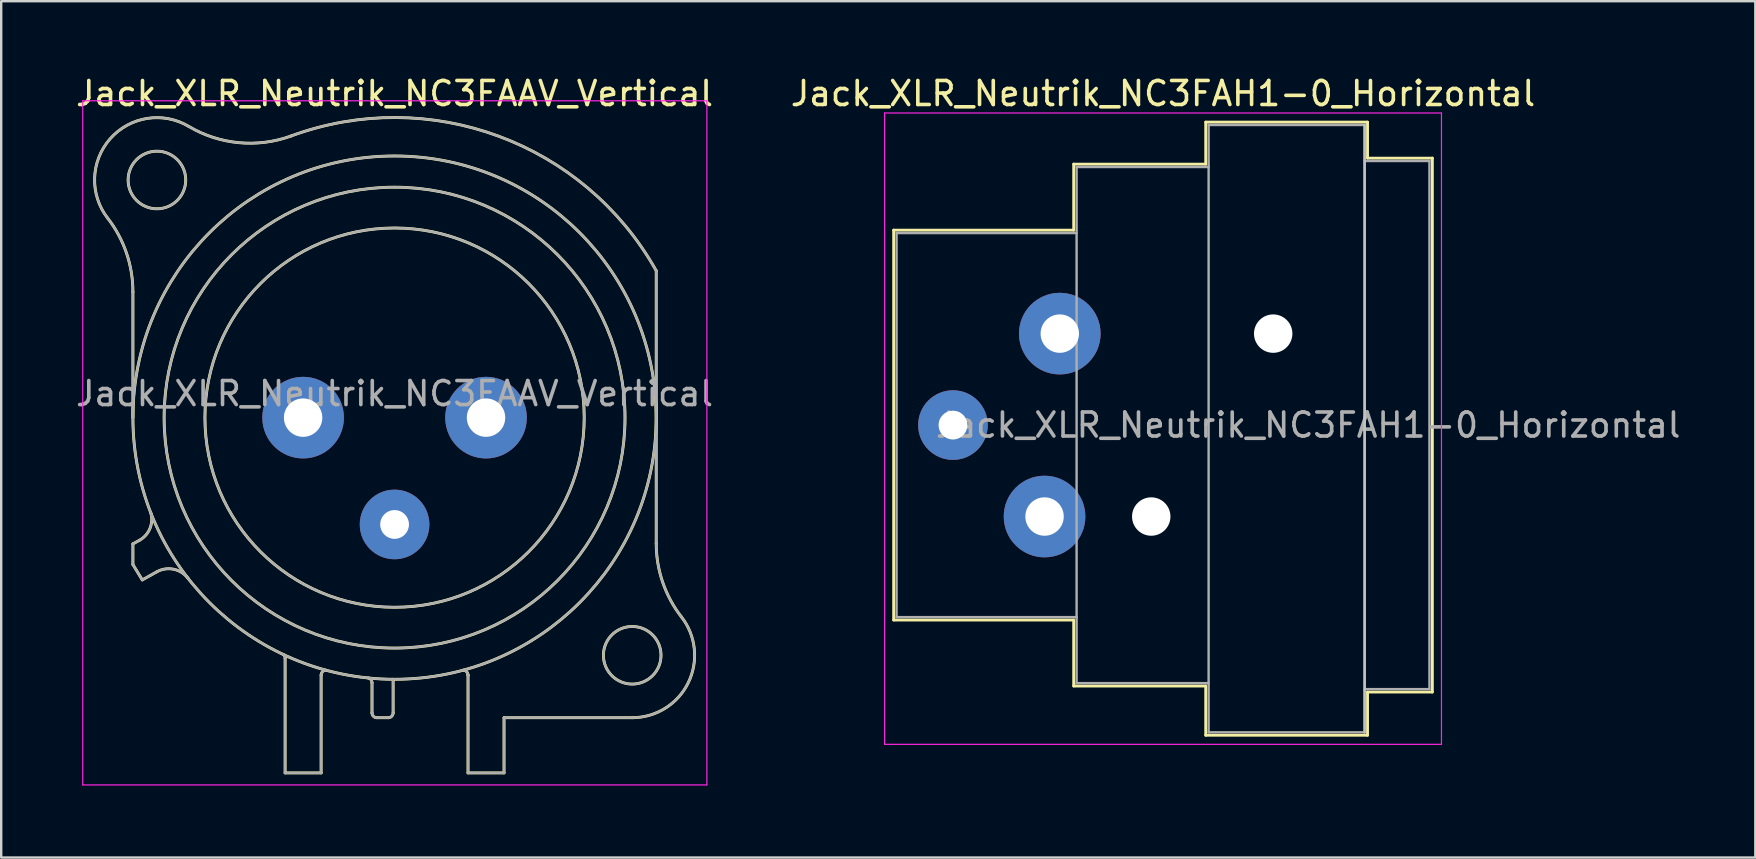
<source format=kicad_pcb>
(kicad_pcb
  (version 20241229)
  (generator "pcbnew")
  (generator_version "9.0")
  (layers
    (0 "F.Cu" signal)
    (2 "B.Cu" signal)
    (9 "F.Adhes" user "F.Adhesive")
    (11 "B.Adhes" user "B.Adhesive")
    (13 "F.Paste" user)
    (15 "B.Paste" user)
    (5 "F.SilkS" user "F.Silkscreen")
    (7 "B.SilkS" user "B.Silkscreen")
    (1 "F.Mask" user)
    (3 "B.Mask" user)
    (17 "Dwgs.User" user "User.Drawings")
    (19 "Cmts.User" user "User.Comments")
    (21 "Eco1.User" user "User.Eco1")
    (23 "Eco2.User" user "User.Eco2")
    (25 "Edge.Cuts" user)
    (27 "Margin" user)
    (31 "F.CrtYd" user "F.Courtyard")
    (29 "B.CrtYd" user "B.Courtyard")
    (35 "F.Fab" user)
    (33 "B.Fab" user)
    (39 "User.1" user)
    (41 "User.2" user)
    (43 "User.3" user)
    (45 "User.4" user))
  (footprint "Jack_XLR_Neutrik_NC3FAH1-0_Horizontal"
    (layer "F.Cu")
    (at 41.099 10.848)
    (property "Reference" "Jack_XLR_Neutrik_NC3FAH1-0_Horizontal" (at 4.3 -10 0) (layer "F.SilkS") (effects (font (size 1 1) (thickness 0.15))))
    (attr through_hole)
    (fp_line (start -6.92 -4.31) (end -6.92 11.93) (stroke (width 0.12) (type solid)) (layer "F.SilkS"))
    (fp_line (start 0.58 -7.06) (end 0.58 -4.31) (stroke (width 0.12) (type solid)) (layer "F.SilkS"))
    (fp_line (start 0.58 -4.31) (end -6.92 -4.31) (stroke (width 0.12) (type solid)) (layer "F.SilkS"))
    (fp_line (start 0.58 11.93) (end -6.92 11.93) (stroke (width 0.12) (type solid)) (layer "F.SilkS"))
    (fp_line (start 0.58 11.93) (end 0.58 14.68) (stroke (width 0.12) (type solid)) (layer "F.SilkS"))
    (fp_line (start 6.08 -7.06) (end 0.58 -7.06) (stroke (width 0.12) (type solid)) (layer "F.SilkS"))
    (fp_line (start 6.08 -7.06) (end 6.08 -8.81) (stroke (width 0.12) (type solid)) (layer "F.SilkS"))
    (fp_line (start 6.08 14.68) (end 0.58 14.68) (stroke (width 0.12) (type solid)) (layer "F.SilkS"))
    (fp_line (start 6.08 16.73) (end 6.08 14.68) (stroke (width 0.12) (type solid)) (layer "F.SilkS"))
    (fp_line (start 12.82 -8.81) (end 6.08 -8.81) (stroke (width 0.12) (type solid)) (layer "F.SilkS"))
    (fp_line (start 12.82 -8.81) (end 12.82 -7.31) (stroke (width 0.12) (type solid)) (layer "F.SilkS"))
    (fp_line (start 12.82 -7.31) (end 15.52 -7.31) (stroke (width 0.12) (type solid)) (layer "F.SilkS"))
    (fp_line (start 12.82 14.93) (end 12.82 16.73) (stroke (width 0.12) (type solid)) (layer "F.SilkS"))
    (fp_line (start 12.82 14.93) (end 15.52 14.93) (stroke (width 0.12) (type solid)) (layer "F.SilkS"))
    (fp_line (start 12.82 16.73) (end 6.08 16.73) (stroke (width 0.12) (type solid)) (layer "F.SilkS"))
    (fp_line (start 15.52 -7.31) (end 15.52 14.93) (stroke (width 0.12) (type solid)) (layer "F.SilkS"))
    (fp_line (start 12.7 -8.69) (end 12.7 16.61) (stroke (width 0.1) (type solid)) (layer "Dwgs.User"))
    (fp_line (start -7.3 -9.19) (end -7.3 17.11) (stroke (width 0.05) (type solid)) (layer "F.CrtYd"))
    (fp_line (start 15.9 -9.19) (end -7.3 -9.19) (stroke (width 0.05) (type solid)) (layer "F.CrtYd"))
    (fp_line (start 15.9 -9.19) (end 15.9 17.11) (stroke (width 0.05) (type solid)) (layer "F.CrtYd"))
    (fp_line (start 15.9 17.11) (end -7.3 17.11) (stroke (width 0.05) (type solid)) (layer "F.CrtYd"))
    (fp_line (start -6.8 -4.19) (end -6.8 11.81) (stroke (width 0.1) (type solid)) (layer "F.Fab"))
    (fp_line (start -6.8 11.81) (end 0.7 11.81) (stroke (width 0.1) (type solid)) (layer "F.Fab"))
    (fp_line (start 0.7 -6.94) (end 0.7 14.56) (stroke (width 0.1) (type solid)) (layer "F.Fab"))
    (fp_line (start 0.7 -4.19) (end -6.8 -4.19) (stroke (width 0.1) (type solid)) (layer "F.Fab"))
    (fp_line (start 0.7 14.56) (end 6.2 14.56) (stroke (width 0.1) (type solid)) (layer "F.Fab"))
    (fp_line (start 6.2 -8.69) (end 12.7 -8.69) (stroke (width 0.1) (type solid)) (layer "F.Fab"))
    (fp_line (start 6.2 -6.94) (end 0.7 -6.94) (stroke (width 0.1) (type solid)) (layer "F.Fab"))
    (fp_line (start 6.2 16.61) (end 6.2 -8.69) (stroke (width 0.1) (type solid)) (layer "F.Fab"))
    (fp_line (start 12.7 -8.69) (end 12.7 16.61) (stroke (width 0.1) (type solid)) (layer "F.Fab"))
    (fp_line (start 12.7 -7.19) (end 15.4 -7.19) (stroke (width 0.1) (type solid)) (layer "F.Fab"))
    (fp_line (start 12.7 16.61) (end 6.2 16.61) (stroke (width 0.1) (type solid)) (layer "F.Fab"))
    (fp_line (start 15.4 -7.19) (end 15.4 14.81) (stroke (width 0.1) (type solid)) (layer "F.Fab"))
    (fp_line (start 15.4 14.81) (end 12.7 14.81) (stroke (width 0.1) (type solid)) (layer "F.Fab"))
    (fp_text user "${REFERENCE}" (at 10.35 3.81 0) (layer "F.Fab") (effects (font (size 1 1) (thickness 0.15))))
    (pad "" np_thru_hole circle (at 3.81 7.62) (size 1.6 1.6) (drill 1.6) (layers "*.Cu" "*.Mask"))
    (pad "" np_thru_hole circle (at 8.89 0) (size 1.6 1.6) (drill 1.6) (layers "*.Cu" "*.Mask"))
    (pad "1" thru_hole circle (at 0 0) (size 3.4 3.4) (drill 1.6) (layers "*.Cu" "*.Mask"))
    (pad "2" thru_hole circle (at -0.635 7.62) (size 3.4 3.4) (drill 1.6) (layers "*.Cu" "*.Mask"))
    (pad "3" thru_hole circle (at -4.45 3.81) (size 2.9 2.9) (drill 1.2) (layers "*.Cu" "*.Mask")))
  (footprint "Jack_XLR_Neutrik_NC3FAAV_Vertical"
    (layer "F.Cu")
    (at 17.197 14.348)
    (property "Reference" "Jack_XLR_Neutrik_NC3FAAV_Vertical" (at -3.81 -13.5 0) (layer "F.SilkS") (effects (font (size 1 1) (thickness 0.15))))
    (attr through_hole)
    (fp_line (start -14.71 0) (end -14.71 -5.24) (stroke (width 0.12) (type solid)) (layer "F.SilkS"))
    (fp_line (start -14.71 5.26) (end -14.44 5.11) (stroke (width 0.12) (type solid)) (layer "F.SilkS"))
    (fp_line (start -14.71 6.12) (end -14.71 5.26) (stroke (width 0.12) (type solid)) (layer "F.SilkS"))
    (fp_line (start -14.32 6.76) (end -14.71 6.12) (stroke (width 0.12) (type solid)) (layer "F.SilkS"))
    (fp_line (start -13.71 6.42) (end -14.32 6.76) (stroke (width 0.12) (type solid)) (layer "F.SilkS"))
    (fp_line (start -8.37 10.03) (end -8.37 14.8) (stroke (width 0.12) (type solid)) (layer "F.SilkS"))
    (fp_line (start -6.87 14.8) (end -8.37 14.8) (stroke (width 0.12) (type solid)) (layer "F.SilkS"))
    (fp_line (start -6.87 14.8) (end -6.87 10.73) (stroke (width 0.12) (type solid)) (layer "F.SilkS"))
    (fp_line (start -4.75 11.04) (end -4.75 12.3) (stroke (width 0.12) (type solid)) (layer "F.SilkS"))
    (fp_line (start -4.07 12.5) (end -4.55 12.5) (stroke (width 0.12) (type solid)) (layer "F.SilkS"))
    (fp_line (start -3.87 10.9) (end -3.87 12.3) (stroke (width 0.12) (type solid)) (layer "F.SilkS"))
    (fp_line (start -0.75 10.73) (end -0.75 10.73) (stroke (width 0.12) (type solid)) (layer "F.SilkS"))
    (fp_line (start -0.75 14.8) (end -0.75 10.73) (stroke (width 0.12) (type solid)) (layer "F.SilkS"))
    (fp_line (start 0.75 12.5) (end 6.09 12.5) (stroke (width 0.12) (type solid)) (layer "F.SilkS"))
    (fp_line (start 0.75 14.8) (end -0.75 14.8) (stroke (width 0.12) (type solid)) (layer "F.SilkS"))
    (fp_line (start 0.75 14.8) (end 0.75 12.5) (stroke (width 0.12) (type solid)) (layer "F.SilkS"))
    (fp_line (start 7.09 5.24) (end 7.09 -6.12) (stroke (width 0.12) (type solid)) (layer "F.SilkS"))
    (fp_arc (start -15.766689 -8.317569) (mid -14.98153 -6.866962) (end -14.71 -5.24) (stroke (width 0.12) (type solid)) (layer "F.SilkS"))
    (fp_arc (start -15.761979 -8.309032) (mid -15.65429 -11.620911) (end -12.38 -12.13) (stroke (width 0.12) (type solid)) (layer "F.SilkS"))
    (fp_arc (start -13.969214 3.951372) (mid -13.999461 4.614043) (end -14.44 5.11) (stroke (width 0.12) (type solid)) (layer "F.SilkS"))
    (fp_arc (start -13.71 6.42) (mid -13.01025 6.315915) (end -12.412202 6.693832) (stroke (width 0.12) (type solid)) (layer "F.SilkS"))
    (fp_arc (start -8.436364 9.870864) (mid -8.385177 9.942924) (end -8.37 10.03) (stroke (width 0.12) (type solid)) (layer "F.SilkS"))
    (fp_arc (start -8.12905 -11.730738) (mid 0.51404 -11.7289) (end 7.09 -6.12) (stroke (width 0.12) (type solid)) (layer "F.SilkS"))
    (fp_arc (start -8.118081 -11.733841) (mid -10.293498 -11.453642) (end -12.38 -12.13) (stroke (width 0.12) (type solid)) (layer "F.SilkS"))
    (fp_arc (start -6.87 10.73) (mid -6.814828 10.588126) (end -6.678303 10.520799) (stroke (width 0.12) (type solid)) (layer "F.SilkS"))
    (fp_arc (start -4.908418 10.84437) (mid -4.794571 10.914136) (end -4.75 11.04) (stroke (width 0.12) (type solid)) (layer "F.SilkS"))
    (fp_arc (start -4.55 12.5) (mid -4.691421 12.441421) (end -4.75 12.3) (stroke (width 0.12) (type solid)) (layer "F.SilkS"))
    (fp_arc (start -3.87 12.3) (mid -3.928579 12.441421) (end -4.07 12.5) (stroke (width 0.12) (type solid)) (layer "F.SilkS"))
    (fp_arc (start -0.949009 10.520288) (mid -0.807671 10.585446) (end -0.75 10.73) (stroke (width 0.12) (type solid)) (layer "F.SilkS"))
    (fp_arc (start 8.141619 8.302858) (mid 8.42587 11.041804) (end 6.09 12.5) (stroke (width 0.12) (type solid)) (layer "F.SilkS"))
    (fp_arc (start 8.14247 8.305283) (mid 7.360446 6.860467) (end 7.09 5.24) (stroke (width 0.12) (type solid)) (layer "F.SilkS"))
    (fp_circle (center -13.71 -9.9) (end -12.51 -9.9) (stroke (width 0.12) (type solid)) (fill no) (layer "F.SilkS"))
    (fp_circle (center -3.81 0) (end 4.09 0) (stroke (width 0.12) (type solid)) (fill no) (layer "F.SilkS"))
    (fp_circle (center -3.81 0) (end 5.79 0) (stroke (width 0.12) (type solid)) (fill no) (layer "F.SilkS"))
    (fp_circle (center -3.81 0) (end 7.09 0) (stroke (width 0.12) (type solid)) (fill no) (layer "F.SilkS"))
    (fp_circle (center 6.09 9.9) (end 7.29 9.9) (stroke (width 0.12) (type solid)) (fill no) (layer "F.SilkS"))
    (fp_line (start -16.8 -13.2) (end 9.2 -13.2) (stroke (width 0.05) (type solid)) (layer "F.CrtYd"))
    (fp_line (start -16.8 15.3) (end -16.8 -13.2) (stroke (width 0.05) (type solid)) (layer "F.CrtYd"))
    (fp_line (start 9.2 -13.2) (end 9.2 15.3) (stroke (width 0.05) (type solid)) (layer "F.CrtYd"))
    (fp_line (start 9.2 15.3) (end -16.8 15.3) (stroke (width 0.05) (type solid)) (layer "F.CrtYd"))
    (fp_line (start -14.71 0) (end -14.71 -5.24) (stroke (width 0.1) (type solid)) (layer "F.Fab"))
    (fp_line (start -14.71 5.26) (end -14.44 5.11) (stroke (width 0.1) (type solid)) (layer "F.Fab"))
    (fp_line (start -14.71 6.12) (end -14.71 5.26) (stroke (width 0.1) (type solid)) (layer "F.Fab"))
    (fp_line (start -14.32 6.76) (end -14.71 6.12) (stroke (width 0.1) (type solid)) (layer "F.Fab"))
    (fp_line (start -13.71 6.42) (end -14.32 6.76) (stroke (width 0.1) (type solid)) (layer "F.Fab"))
    (fp_line (start -8.37 10.03) (end -8.37 14.8) (stroke (width 0.1) (type solid)) (layer "F.Fab"))
    (fp_line (start -6.87 14.8) (end -8.37 14.8) (stroke (width 0.1) (type solid)) (layer "F.Fab"))
    (fp_line (start -6.87 14.8) (end -6.87 10.73) (stroke (width 0.1) (type solid)) (layer "F.Fab"))
    (fp_line (start -4.75 11.04) (end -4.75 12.3) (stroke (width 0.1) (type solid)) (layer "F.Fab"))
    (fp_line (start -4.07 12.5) (end -4.55 12.5) (stroke (width 0.1) (type solid)) (layer "F.Fab"))
    (fp_line (start -3.87 10.9) (end -3.87 12.3) (stroke (width 0.1) (type solid)) (layer "F.Fab"))
    (fp_line (start -0.75 10.73) (end -0.75 10.73) (stroke (width 0.1) (type solid)) (layer "F.Fab"))
    (fp_line (start -0.75 14.8) (end -0.75 10.73) (stroke (width 0.1) (type solid)) (layer "F.Fab"))
    (fp_line (start 0.75 12.5) (end 6.09 12.5) (stroke (width 0.1) (type solid)) (layer "F.Fab"))
    (fp_line (start 0.75 14.8) (end -0.75 14.8) (stroke (width 0.1) (type solid)) (layer "F.Fab"))
    (fp_line (start 0.75 14.8) (end 0.75 12.5) (stroke (width 0.1) (type solid)) (layer "F.Fab"))
    (fp_line (start 7.09 5.24) (end 7.09 -6.12) (stroke (width 0.1) (type solid)) (layer "F.Fab"))
    (fp_arc (start -15.766689 -8.317569) (mid -14.98153 -6.866962) (end -14.71 -5.24) (stroke (width 0.1) (type solid)) (layer "F.Fab"))
    (fp_arc (start -15.761979 -8.309032) (mid -15.65429 -11.620911) (end -12.38 -12.13) (stroke (width 0.1) (type solid)) (layer "F.Fab"))
    (fp_arc (start -13.969214 3.951372) (mid -13.999461 4.614043) (end -14.44 5.11) (stroke (width 0.1) (type solid)) (layer "F.Fab"))
    (fp_arc (start -13.71 6.42) (mid -13.01025 6.315915) (end -12.412202 6.693832) (stroke (width 0.1) (type solid)) (layer "F.Fab"))
    (fp_arc (start -8.436364 9.870864) (mid -8.385177 9.942924) (end -8.37 10.03) (stroke (width 0.1) (type solid)) (layer "F.Fab"))
    (fp_arc (start -8.12905 -11.730738) (mid 0.51404 -11.7289) (end 7.09 -6.12) (stroke (width 0.1) (type solid)) (layer "F.Fab"))
    (fp_arc (start -8.118081 -11.733841) (mid -10.293498 -11.453642) (end -12.38 -12.13) (stroke (width 0.1) (type solid)) (layer "F.Fab"))
    (fp_arc (start -6.87 10.73) (mid -6.814828 10.588126) (end -6.678303 10.520799) (stroke (width 0.1) (type solid)) (layer "F.Fab"))
    (fp_arc (start -4.908418 10.84437) (mid -4.794571 10.914136) (end -4.75 11.04) (stroke (width 0.1) (type solid)) (layer "F.Fab"))
    (fp_arc (start -4.55 12.5) (mid -4.691421 12.441421) (end -4.75 12.3) (stroke (width 0.1) (type solid)) (layer "F.Fab"))
    (fp_arc (start -3.87 12.3) (mid -3.928579 12.441421) (end -4.07 12.5) (stroke (width 0.1) (type solid)) (layer "F.Fab"))
    (fp_arc (start -0.949009 10.520288) (mid -0.807671 10.585446) (end -0.75 10.73) (stroke (width 0.1) (type solid)) (layer "F.Fab"))
    (fp_arc (start 8.141619 8.302858) (mid 8.42587 11.041804) (end 6.09 12.5) (stroke (width 0.1) (type solid)) (layer "F.Fab"))
    (fp_arc (start 8.14247 8.305283) (mid 7.360446 6.860467) (end 7.09 5.24) (stroke (width 0.1) (type solid)) (layer "F.Fab"))
    (fp_circle (center -13.71 -9.9) (end -12.51 -9.9) (stroke (width 0.1) (type solid)) (fill no) (layer "F.Fab"))
    (fp_circle (center -3.81 0) (end 4.09 0) (stroke (width 0.1) (type solid)) (fill no) (layer "F.Fab"))
    (fp_circle (center -3.81 0) (end 5.79 0) (stroke (width 0.1) (type solid)) (fill no) (layer "F.Fab"))
    (fp_circle (center -3.81 0) (end 7.09 0) (stroke (width 0.1) (type solid)) (fill no) (layer "F.Fab"))
    (fp_circle (center 6.09 9.9) (end 7.29 9.9) (stroke (width 0.1) (type solid)) (fill no) (layer "F.Fab"))
    (fp_text user "${REFERENCE}" (at -3.81 -1 0) (layer "F.Fab") (effects (font (size 1 1) (thickness 0.15))))
    (pad "1" thru_hole circle (at 0 0) (size 3.4 3.4) (drill 1.6) (layers "*.Cu" "*.Mask"))
    (pad "2" thru_hole circle (at -7.62 0) (size 3.4 3.4) (drill 1.6) (layers "*.Cu" "*.Mask"))
    (pad "3" thru_hole circle (at -3.81 4.45) (size 2.9 2.9) (drill 1.2) (layers "*.Cu" "*.Mask")))
  (gr_rect
    (start -3 -3)
    (end 70.074 32.673)
    (stroke (width 0.1) (type default))
    (fill no)
    (layer "Edge.Cuts")))
</source>
